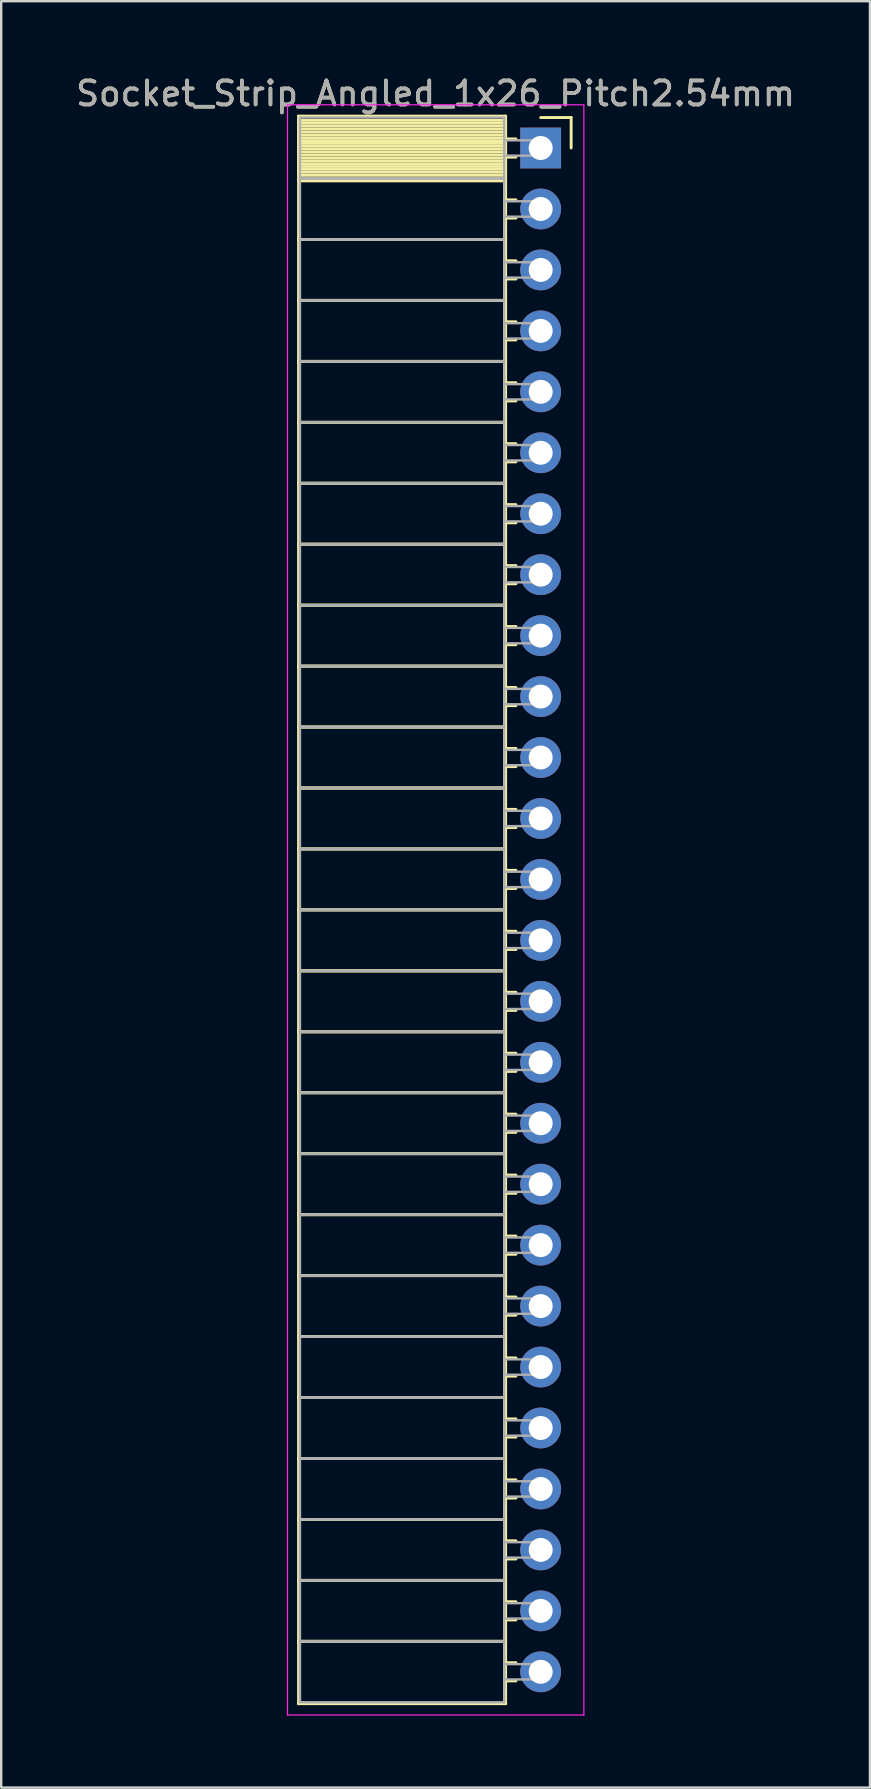
<source format=kicad_pcb>
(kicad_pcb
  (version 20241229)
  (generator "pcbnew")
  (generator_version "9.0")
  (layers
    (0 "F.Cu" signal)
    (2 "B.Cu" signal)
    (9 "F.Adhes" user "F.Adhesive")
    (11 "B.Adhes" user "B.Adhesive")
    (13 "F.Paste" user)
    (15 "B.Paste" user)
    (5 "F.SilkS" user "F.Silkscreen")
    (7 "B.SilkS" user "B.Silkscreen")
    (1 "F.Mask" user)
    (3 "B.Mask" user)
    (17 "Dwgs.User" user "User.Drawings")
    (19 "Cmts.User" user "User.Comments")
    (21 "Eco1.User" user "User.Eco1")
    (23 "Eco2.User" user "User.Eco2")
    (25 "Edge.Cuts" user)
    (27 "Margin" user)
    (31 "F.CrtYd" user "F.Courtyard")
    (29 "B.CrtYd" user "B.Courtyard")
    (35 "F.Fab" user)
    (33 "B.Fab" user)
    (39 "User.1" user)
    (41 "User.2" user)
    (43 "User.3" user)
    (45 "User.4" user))
  (footprint "Socket_Strip_Angled_1x26_Pitch2.54mm"
    (layer "F.Cu")
    (at 19.481 3.118)
    (property "Reference" "Socket_Strip_Angled_1x26_Pitch2.54mm" (at -4.38 -2.27 0) (layer "F.SilkS") (effects (font (size 1 1) (thickness 0.15))))
    (attr through_hole)
    (fp_line (start -10.09 -1.33) (end -1.46 -1.33) (stroke (width 0.12) (type solid)) (layer "F.SilkS"))
    (fp_line (start -10.09 1.27) (end -10.09 -1.33) (stroke (width 0.12) (type solid)) (layer "F.SilkS"))
    (fp_line (start -10.09 1.27) (end -1.46 1.27) (stroke (width 0.12) (type solid)) (layer "F.SilkS"))
    (fp_line (start -10.09 3.81) (end -10.09 1.27) (stroke (width 0.12) (type solid)) (layer "F.SilkS"))
    (fp_line (start -10.09 3.81) (end -1.46 3.81) (stroke (width 0.12) (type solid)) (layer "F.SilkS"))
    (fp_line (start -10.09 6.35) (end -10.09 3.81) (stroke (width 0.12) (type solid)) (layer "F.SilkS"))
    (fp_line (start -10.09 6.35) (end -1.46 6.35) (stroke (width 0.12) (type solid)) (layer "F.SilkS"))
    (fp_line (start -10.09 8.89) (end -10.09 6.35) (stroke (width 0.12) (type solid)) (layer "F.SilkS"))
    (fp_line (start -10.09 8.89) (end -1.46 8.89) (stroke (width 0.12) (type solid)) (layer "F.SilkS"))
    (fp_line (start -10.09 11.43) (end -10.09 8.89) (stroke (width 0.12) (type solid)) (layer "F.SilkS"))
    (fp_line (start -10.09 11.43) (end -1.46 11.43) (stroke (width 0.12) (type solid)) (layer "F.SilkS"))
    (fp_line (start -10.09 13.97) (end -10.09 11.43) (stroke (width 0.12) (type solid)) (layer "F.SilkS"))
    (fp_line (start -10.09 13.97) (end -1.46 13.97) (stroke (width 0.12) (type solid)) (layer "F.SilkS"))
    (fp_line (start -10.09 16.51) (end -10.09 13.97) (stroke (width 0.12) (type solid)) (layer "F.SilkS"))
    (fp_line (start -10.09 16.51) (end -1.46 16.51) (stroke (width 0.12) (type solid)) (layer "F.SilkS"))
    (fp_line (start -10.09 19.05) (end -10.09 16.51) (stroke (width 0.12) (type solid)) (layer "F.SilkS"))
    (fp_line (start -10.09 19.05) (end -1.46 19.05) (stroke (width 0.12) (type solid)) (layer "F.SilkS"))
    (fp_line (start -10.09 21.59) (end -10.09 19.05) (stroke (width 0.12) (type solid)) (layer "F.SilkS"))
    (fp_line (start -10.09 21.59) (end -1.46 21.59) (stroke (width 0.12) (type solid)) (layer "F.SilkS"))
    (fp_line (start -10.09 24.13) (end -10.09 21.59) (stroke (width 0.12) (type solid)) (layer "F.SilkS"))
    (fp_line (start -10.09 24.13) (end -1.46 24.13) (stroke (width 0.12) (type solid)) (layer "F.SilkS"))
    (fp_line (start -10.09 26.67) (end -10.09 24.13) (stroke (width 0.12) (type solid)) (layer "F.SilkS"))
    (fp_line (start -10.09 26.67) (end -1.46 26.67) (stroke (width 0.12) (type solid)) (layer "F.SilkS"))
    (fp_line (start -10.09 29.21) (end -10.09 26.67) (stroke (width 0.12) (type solid)) (layer "F.SilkS"))
    (fp_line (start -10.09 29.21) (end -1.46 29.21) (stroke (width 0.12) (type solid)) (layer "F.SilkS"))
    (fp_line (start -10.09 31.75) (end -10.09 29.21) (stroke (width 0.12) (type solid)) (layer "F.SilkS"))
    (fp_line (start -10.09 31.75) (end -1.46 31.75) (stroke (width 0.12) (type solid)) (layer "F.SilkS"))
    (fp_line (start -10.09 34.29) (end -10.09 31.75) (stroke (width 0.12) (type solid)) (layer "F.SilkS"))
    (fp_line (start -10.09 34.29) (end -1.46 34.29) (stroke (width 0.12) (type solid)) (layer "F.SilkS"))
    (fp_line (start -10.09 36.83) (end -10.09 34.29) (stroke (width 0.12) (type solid)) (layer "F.SilkS"))
    (fp_line (start -10.09 36.83) (end -1.46 36.83) (stroke (width 0.12) (type solid)) (layer "F.SilkS"))
    (fp_line (start -10.09 39.37) (end -10.09 36.83) (stroke (width 0.12) (type solid)) (layer "F.SilkS"))
    (fp_line (start -10.09 39.37) (end -1.46 39.37) (stroke (width 0.12) (type solid)) (layer "F.SilkS"))
    (fp_line (start -10.09 41.91) (end -10.09 39.37) (stroke (width 0.12) (type solid)) (layer "F.SilkS"))
    (fp_line (start -10.09 41.91) (end -1.46 41.91) (stroke (width 0.12) (type solid)) (layer "F.SilkS"))
    (fp_line (start -10.09 44.45) (end -10.09 41.91) (stroke (width 0.12) (type solid)) (layer "F.SilkS"))
    (fp_line (start -10.09 44.45) (end -1.46 44.45) (stroke (width 0.12) (type solid)) (layer "F.SilkS"))
    (fp_line (start -10.09 46.99) (end -10.09 44.45) (stroke (width 0.12) (type solid)) (layer "F.SilkS"))
    (fp_line (start -10.09 46.99) (end -1.46 46.99) (stroke (width 0.12) (type solid)) (layer "F.SilkS"))
    (fp_line (start -10.09 49.53) (end -10.09 46.99) (stroke (width 0.12) (type solid)) (layer "F.SilkS"))
    (fp_line (start -10.09 49.53) (end -1.46 49.53) (stroke (width 0.12) (type solid)) (layer "F.SilkS"))
    (fp_line (start -10.09 52.07) (end -10.09 49.53) (stroke (width 0.12) (type solid)) (layer "F.SilkS"))
    (fp_line (start -10.09 52.07) (end -1.46 52.07) (stroke (width 0.12) (type solid)) (layer "F.SilkS"))
    (fp_line (start -10.09 54.61) (end -10.09 52.07) (stroke (width 0.12) (type solid)) (layer "F.SilkS"))
    (fp_line (start -10.09 54.61) (end -1.46 54.61) (stroke (width 0.12) (type solid)) (layer "F.SilkS"))
    (fp_line (start -10.09 57.15) (end -10.09 54.61) (stroke (width 0.12) (type solid)) (layer "F.SilkS"))
    (fp_line (start -10.09 57.15) (end -1.46 57.15) (stroke (width 0.12) (type solid)) (layer "F.SilkS"))
    (fp_line (start -10.09 59.69) (end -10.09 57.15) (stroke (width 0.12) (type solid)) (layer "F.SilkS"))
    (fp_line (start -10.09 59.69) (end -1.46 59.69) (stroke (width 0.12) (type solid)) (layer "F.SilkS"))
    (fp_line (start -10.09 62.23) (end -10.09 59.69) (stroke (width 0.12) (type solid)) (layer "F.SilkS"))
    (fp_line (start -10.09 62.23) (end -1.46 62.23) (stroke (width 0.12) (type solid)) (layer "F.SilkS"))
    (fp_line (start -10.09 64.83) (end -10.09 62.23) (stroke (width 0.12) (type solid)) (layer "F.SilkS"))
    (fp_line (start -1.46 -1.33) (end -1.46 1.27) (stroke (width 0.12) (type solid)) (layer "F.SilkS"))
    (fp_line (start -1.46 -1.15) (end -10.09 -1.15) (stroke (width 0.12) (type solid)) (layer "F.SilkS"))
    (fp_line (start -1.46 -1.03) (end -10.09 -1.03) (stroke (width 0.12) (type solid)) (layer "F.SilkS"))
    (fp_line (start -1.46 -0.91) (end -10.09 -0.91) (stroke (width 0.12) (type solid)) (layer "F.SilkS"))
    (fp_line (start -1.46 -0.79) (end -10.09 -0.79) (stroke (width 0.12) (type solid)) (layer "F.SilkS"))
    (fp_line (start -1.46 -0.67) (end -10.09 -0.67) (stroke (width 0.12) (type solid)) (layer "F.SilkS"))
    (fp_line (start -1.46 -0.55) (end -10.09 -0.55) (stroke (width 0.12) (type solid)) (layer "F.SilkS"))
    (fp_line (start -1.46 -0.43) (end -10.09 -0.43) (stroke (width 0.12) (type solid)) (layer "F.SilkS"))
    (fp_line (start -1.46 -0.31) (end -10.09 -0.31) (stroke (width 0.12) (type solid)) (layer "F.SilkS"))
    (fp_line (start -1.46 -0.19) (end -10.09 -0.19) (stroke (width 0.12) (type solid)) (layer "F.SilkS"))
    (fp_line (start -1.46 -0.07) (end -10.09 -0.07) (stroke (width 0.12) (type solid)) (layer "F.SilkS"))
    (fp_line (start -1.46 0.05) (end -10.09 0.05) (stroke (width 0.12) (type solid)) (layer "F.SilkS"))
    (fp_line (start -1.46 0.17) (end -10.09 0.17) (stroke (width 0.12) (type solid)) (layer "F.SilkS"))
    (fp_line (start -1.46 0.29) (end -10.09 0.29) (stroke (width 0.12) (type solid)) (layer "F.SilkS"))
    (fp_line (start -1.46 0.41) (end -10.09 0.41) (stroke (width 0.12) (type solid)) (layer "F.SilkS"))
    (fp_line (start -1.46 0.53) (end -10.09 0.53) (stroke (width 0.12) (type solid)) (layer "F.SilkS"))
    (fp_line (start -1.46 0.65) (end -10.09 0.65) (stroke (width 0.12) (type solid)) (layer "F.SilkS"))
    (fp_line (start -1.46 0.77) (end -10.09 0.77) (stroke (width 0.12) (type solid)) (layer "F.SilkS"))
    (fp_line (start -1.46 0.89) (end -10.09 0.89) (stroke (width 0.12) (type solid)) (layer "F.SilkS"))
    (fp_line (start -1.46 1.01) (end -10.09 1.01) (stroke (width 0.12) (type solid)) (layer "F.SilkS"))
    (fp_line (start -1.46 1.13) (end -10.09 1.13) (stroke (width 0.12) (type solid)) (layer "F.SilkS"))
    (fp_line (start -1.46 1.25) (end -10.09 1.25) (stroke (width 0.12) (type solid)) (layer "F.SilkS"))
    (fp_line (start -1.46 1.27) (end -10.09 1.27) (stroke (width 0.12) (type solid)) (layer "F.SilkS"))
    (fp_line (start -1.46 1.27) (end -1.46 3.81) (stroke (width 0.12) (type solid)) (layer "F.SilkS"))
    (fp_line (start -1.46 1.37) (end -10.09 1.37) (stroke (width 0.12) (type solid)) (layer "F.SilkS"))
    (fp_line (start -1.46 3.81) (end -10.09 3.81) (stroke (width 0.12) (type solid)) (layer "F.SilkS"))
    (fp_line (start -1.46 3.81) (end -1.46 6.35) (stroke (width 0.12) (type solid)) (layer "F.SilkS"))
    (fp_line (start -1.46 6.35) (end -10.09 6.35) (stroke (width 0.12) (type solid)) (layer "F.SilkS"))
    (fp_line (start -1.46 6.35) (end -1.46 8.89) (stroke (width 0.12) (type solid)) (layer "F.SilkS"))
    (fp_line (start -1.46 8.89) (end -10.09 8.89) (stroke (width 0.12) (type solid)) (layer "F.SilkS"))
    (fp_line (start -1.46 8.89) (end -1.46 11.43) (stroke (width 0.12) (type solid)) (layer "F.SilkS"))
    (fp_line (start -1.46 11.43) (end -10.09 11.43) (stroke (width 0.12) (type solid)) (layer "F.SilkS"))
    (fp_line (start -1.46 11.43) (end -1.46 13.97) (stroke (width 0.12) (type solid)) (layer "F.SilkS"))
    (fp_line (start -1.46 13.97) (end -10.09 13.97) (stroke (width 0.12) (type solid)) (layer "F.SilkS"))
    (fp_line (start -1.46 13.97) (end -1.46 16.51) (stroke (width 0.12) (type solid)) (layer "F.SilkS"))
    (fp_line (start -1.46 16.51) (end -10.09 16.51) (stroke (width 0.12) (type solid)) (layer "F.SilkS"))
    (fp_line (start -1.46 16.51) (end -1.46 19.05) (stroke (width 0.12) (type solid)) (layer "F.SilkS"))
    (fp_line (start -1.46 19.05) (end -10.09 19.05) (stroke (width 0.12) (type solid)) (layer "F.SilkS"))
    (fp_line (start -1.46 19.05) (end -1.46 21.59) (stroke (width 0.12) (type solid)) (layer "F.SilkS"))
    (fp_line (start -1.46 21.59) (end -10.09 21.59) (stroke (width 0.12) (type solid)) (layer "F.SilkS"))
    (fp_line (start -1.46 21.59) (end -1.46 24.13) (stroke (width 0.12) (type solid)) (layer "F.SilkS"))
    (fp_line (start -1.46 24.13) (end -10.09 24.13) (stroke (width 0.12) (type solid)) (layer "F.SilkS"))
    (fp_line (start -1.46 24.13) (end -1.46 26.67) (stroke (width 0.12) (type solid)) (layer "F.SilkS"))
    (fp_line (start -1.46 26.67) (end -10.09 26.67) (stroke (width 0.12) (type solid)) (layer "F.SilkS"))
    (fp_line (start -1.46 26.67) (end -1.46 29.21) (stroke (width 0.12) (type solid)) (layer "F.SilkS"))
    (fp_line (start -1.46 29.21) (end -10.09 29.21) (stroke (width 0.12) (type solid)) (layer "F.SilkS"))
    (fp_line (start -1.46 29.21) (end -1.46 31.75) (stroke (width 0.12) (type solid)) (layer "F.SilkS"))
    (fp_line (start -1.46 31.75) (end -10.09 31.75) (stroke (width 0.12) (type solid)) (layer "F.SilkS"))
    (fp_line (start -1.46 31.75) (end -1.46 34.29) (stroke (width 0.12) (type solid)) (layer "F.SilkS"))
    (fp_line (start -1.46 34.29) (end -10.09 34.29) (stroke (width 0.12) (type solid)) (layer "F.SilkS"))
    (fp_line (start -1.46 34.29) (end -1.46 36.83) (stroke (width 0.12) (type solid)) (layer "F.SilkS"))
    (fp_line (start -1.46 36.83) (end -10.09 36.83) (stroke (width 0.12) (type solid)) (layer "F.SilkS"))
    (fp_line (start -1.46 36.83) (end -1.46 39.37) (stroke (width 0.12) (type solid)) (layer "F.SilkS"))
    (fp_line (start -1.46 39.37) (end -10.09 39.37) (stroke (width 0.12) (type solid)) (layer "F.SilkS"))
    (fp_line (start -1.46 39.37) (end -1.46 41.91) (stroke (width 0.12) (type solid)) (layer "F.SilkS"))
    (fp_line (start -1.46 41.91) (end -10.09 41.91) (stroke (width 0.12) (type solid)) (layer "F.SilkS"))
    (fp_line (start -1.46 41.91) (end -1.46 44.45) (stroke (width 0.12) (type solid)) (layer "F.SilkS"))
    (fp_line (start -1.46 44.45) (end -10.09 44.45) (stroke (width 0.12) (type solid)) (layer "F.SilkS"))
    (fp_line (start -1.46 44.45) (end -1.46 46.99) (stroke (width 0.12) (type solid)) (layer "F.SilkS"))
    (fp_line (start -1.46 46.99) (end -10.09 46.99) (stroke (width 0.12) (type solid)) (layer "F.SilkS"))
    (fp_line (start -1.46 46.99) (end -1.46 49.53) (stroke (width 0.12) (type solid)) (layer "F.SilkS"))
    (fp_line (start -1.46 49.53) (end -10.09 49.53) (stroke (width 0.12) (type solid)) (layer "F.SilkS"))
    (fp_line (start -1.46 49.53) (end -1.46 52.07) (stroke (width 0.12) (type solid)) (layer "F.SilkS"))
    (fp_line (start -1.46 52.07) (end -10.09 52.07) (stroke (width 0.12) (type solid)) (layer "F.SilkS"))
    (fp_line (start -1.46 52.07) (end -1.46 54.61) (stroke (width 0.12) (type solid)) (layer "F.SilkS"))
    (fp_line (start -1.46 54.61) (end -10.09 54.61) (stroke (width 0.12) (type solid)) (layer "F.SilkS"))
    (fp_line (start -1.46 54.61) (end -1.46 57.15) (stroke (width 0.12) (type solid)) (layer "F.SilkS"))
    (fp_line (start -1.46 57.15) (end -10.09 57.15) (stroke (width 0.12) (type solid)) (layer "F.SilkS"))
    (fp_line (start -1.46 57.15) (end -1.46 59.69) (stroke (width 0.12) (type solid)) (layer "F.SilkS"))
    (fp_line (start -1.46 59.69) (end -10.09 59.69) (stroke (width 0.12) (type solid)) (layer "F.SilkS"))
    (fp_line (start -1.46 59.69) (end -1.46 62.23) (stroke (width 0.12) (type solid)) (layer "F.SilkS"))
    (fp_line (start -1.46 62.23) (end -10.09 62.23) (stroke (width 0.12) (type solid)) (layer "F.SilkS"))
    (fp_line (start -1.46 62.23) (end -1.46 64.83) (stroke (width 0.12) (type solid)) (layer "F.SilkS"))
    (fp_line (start -1.46 64.83) (end -10.09 64.83) (stroke (width 0.12) (type solid)) (layer "F.SilkS"))
    (fp_line (start -1.03 -0.38) (end -1.46 -0.38) (stroke (width 0.12) (type solid)) (layer "F.SilkS"))
    (fp_line (start -1.03 0.38) (end -1.46 0.38) (stroke (width 0.12) (type solid)) (layer "F.SilkS"))
    (fp_line (start -1.03 2.16) (end -1.46 2.16) (stroke (width 0.12) (type solid)) (layer "F.SilkS"))
    (fp_line (start -1.03 2.92) (end -1.46 2.92) (stroke (width 0.12) (type solid)) (layer "F.SilkS"))
    (fp_line (start -1.03 4.7) (end -1.46 4.7) (stroke (width 0.12) (type solid)) (layer "F.SilkS"))
    (fp_line (start -1.03 5.46) (end -1.46 5.46) (stroke (width 0.12) (type solid)) (layer "F.SilkS"))
    (fp_line (start -1.03 7.24) (end -1.46 7.24) (stroke (width 0.12) (type solid)) (layer "F.SilkS"))
    (fp_line (start -1.03 8) (end -1.46 8) (stroke (width 0.12) (type solid)) (layer "F.SilkS"))
    (fp_line (start -1.03 9.78) (end -1.46 9.78) (stroke (width 0.12) (type solid)) (layer "F.SilkS"))
    (fp_line (start -1.03 10.54) (end -1.46 10.54) (stroke (width 0.12) (type solid)) (layer "F.SilkS"))
    (fp_line (start -1.03 12.32) (end -1.46 12.32) (stroke (width 0.12) (type solid)) (layer "F.SilkS"))
    (fp_line (start -1.03 13.08) (end -1.46 13.08) (stroke (width 0.12) (type solid)) (layer "F.SilkS"))
    (fp_line (start -1.03 14.86) (end -1.46 14.86) (stroke (width 0.12) (type solid)) (layer "F.SilkS"))
    (fp_line (start -1.03 15.62) (end -1.46 15.62) (stroke (width 0.12) (type solid)) (layer "F.SilkS"))
    (fp_line (start -1.03 17.4) (end -1.46 17.4) (stroke (width 0.12) (type solid)) (layer "F.SilkS"))
    (fp_line (start -1.03 18.16) (end -1.46 18.16) (stroke (width 0.12) (type solid)) (layer "F.SilkS"))
    (fp_line (start -1.03 19.94) (end -1.46 19.94) (stroke (width 0.12) (type solid)) (layer "F.SilkS"))
    (fp_line (start -1.03 20.7) (end -1.46 20.7) (stroke (width 0.12) (type solid)) (layer "F.SilkS"))
    (fp_line (start -1.03 22.48) (end -1.46 22.48) (stroke (width 0.12) (type solid)) (layer "F.SilkS"))
    (fp_line (start -1.03 23.24) (end -1.46 23.24) (stroke (width 0.12) (type solid)) (layer "F.SilkS"))
    (fp_line (start -1.03 25.02) (end -1.46 25.02) (stroke (width 0.12) (type solid)) (layer "F.SilkS"))
    (fp_line (start -1.03 25.78) (end -1.46 25.78) (stroke (width 0.12) (type solid)) (layer "F.SilkS"))
    (fp_line (start -1.03 27.56) (end -1.46 27.56) (stroke (width 0.12) (type solid)) (layer "F.SilkS"))
    (fp_line (start -1.03 28.32) (end -1.46 28.32) (stroke (width 0.12) (type solid)) (layer "F.SilkS"))
    (fp_line (start -1.03 30.1) (end -1.46 30.1) (stroke (width 0.12) (type solid)) (layer "F.SilkS"))
    (fp_line (start -1.03 30.86) (end -1.46 30.86) (stroke (width 0.12) (type solid)) (layer "F.SilkS"))
    (fp_line (start -1.03 32.64) (end -1.46 32.64) (stroke (width 0.12) (type solid)) (layer "F.SilkS"))
    (fp_line (start -1.03 33.4) (end -1.46 33.4) (stroke (width 0.12) (type solid)) (layer "F.SilkS"))
    (fp_line (start -1.03 35.18) (end -1.46 35.18) (stroke (width 0.12) (type solid)) (layer "F.SilkS"))
    (fp_line (start -1.03 35.94) (end -1.46 35.94) (stroke (width 0.12) (type solid)) (layer "F.SilkS"))
    (fp_line (start -1.03 37.72) (end -1.46 37.72) (stroke (width 0.12) (type solid)) (layer "F.SilkS"))
    (fp_line (start -1.03 38.48) (end -1.46 38.48) (stroke (width 0.12) (type solid)) (layer "F.SilkS"))
    (fp_line (start -1.03 40.26) (end -1.46 40.26) (stroke (width 0.12) (type solid)) (layer "F.SilkS"))
    (fp_line (start -1.03 41.02) (end -1.46 41.02) (stroke (width 0.12) (type solid)) (layer "F.SilkS"))
    (fp_line (start -1.03 42.8) (end -1.46 42.8) (stroke (width 0.12) (type solid)) (layer "F.SilkS"))
    (fp_line (start -1.03 43.56) (end -1.46 43.56) (stroke (width 0.12) (type solid)) (layer "F.SilkS"))
    (fp_line (start -1.03 45.34) (end -1.46 45.34) (stroke (width 0.12) (type solid)) (layer "F.SilkS"))
    (fp_line (start -1.03 46.1) (end -1.46 46.1) (stroke (width 0.12) (type solid)) (layer "F.SilkS"))
    (fp_line (start -1.03 47.88) (end -1.46 47.88) (stroke (width 0.12) (type solid)) (layer "F.SilkS"))
    (fp_line (start -1.03 48.64) (end -1.46 48.64) (stroke (width 0.12) (type solid)) (layer "F.SilkS"))
    (fp_line (start -1.03 50.42) (end -1.46 50.42) (stroke (width 0.12) (type solid)) (layer "F.SilkS"))
    (fp_line (start -1.03 51.18) (end -1.46 51.18) (stroke (width 0.12) (type solid)) (layer "F.SilkS"))
    (fp_line (start -1.03 52.96) (end -1.46 52.96) (stroke (width 0.12) (type solid)) (layer "F.SilkS"))
    (fp_line (start -1.03 53.72) (end -1.46 53.72) (stroke (width 0.12) (type solid)) (layer "F.SilkS"))
    (fp_line (start -1.03 55.5) (end -1.46 55.5) (stroke (width 0.12) (type solid)) (layer "F.SilkS"))
    (fp_line (start -1.03 56.26) (end -1.46 56.26) (stroke (width 0.12) (type solid)) (layer "F.SilkS"))
    (fp_line (start -1.03 58.04) (end -1.46 58.04) (stroke (width 0.12) (type solid)) (layer "F.SilkS"))
    (fp_line (start -1.03 58.8) (end -1.46 58.8) (stroke (width 0.12) (type solid)) (layer "F.SilkS"))
    (fp_line (start -1.03 60.58) (end -1.46 60.58) (stroke (width 0.12) (type solid)) (layer "F.SilkS"))
    (fp_line (start -1.03 61.34) (end -1.46 61.34) (stroke (width 0.12) (type solid)) (layer "F.SilkS"))
    (fp_line (start -1.03 63.12) (end -1.46 63.12) (stroke (width 0.12) (type solid)) (layer "F.SilkS"))
    (fp_line (start -1.03 63.88) (end -1.46 63.88) (stroke (width 0.12) (type solid)) (layer "F.SilkS"))
    (fp_line (start 0 -1.27) (end 1.27 -1.27) (stroke (width 0.12) (type solid)) (layer "F.SilkS"))
    (fp_line (start 1.27 -1.27) (end 1.27 0) (stroke (width 0.12) (type solid)) (layer "F.SilkS"))
    (fp_line (start -10.55 -1.8) (end 1.8 -1.8) (stroke (width 0.05) (type solid)) (layer "F.CrtYd"))
    (fp_line (start -10.55 65.3) (end -10.55 -1.8) (stroke (width 0.05) (type solid)) (layer "F.CrtYd"))
    (fp_line (start 1.8 -1.8) (end 1.8 65.3) (stroke (width 0.05) (type solid)) (layer "F.CrtYd"))
    (fp_line (start 1.8 65.3) (end -10.55 65.3) (stroke (width 0.05) (type solid)) (layer "F.CrtYd"))
    (fp_line (start -10.03 -1.27) (end -1.52 -1.27) (stroke (width 0.1) (type solid)) (layer "F.Fab"))
    (fp_line (start -10.03 1.27) (end -10.03 -1.27) (stroke (width 0.1) (type solid)) (layer "F.Fab"))
    (fp_line (start -10.03 1.27) (end -1.52 1.27) (stroke (width 0.1) (type solid)) (layer "F.Fab"))
    (fp_line (start -10.03 3.81) (end -10.03 1.27) (stroke (width 0.1) (type solid)) (layer "F.Fab"))
    (fp_line (start -10.03 3.81) (end -1.52 3.81) (stroke (width 0.1) (type solid)) (layer "F.Fab"))
    (fp_line (start -10.03 6.35) (end -10.03 3.81) (stroke (width 0.1) (type solid)) (layer "F.Fab"))
    (fp_line (start -10.03 6.35) (end -1.52 6.35) (stroke (width 0.1) (type solid)) (layer "F.Fab"))
    (fp_line (start -10.03 8.89) (end -10.03 6.35) (stroke (width 0.1) (type solid)) (layer "F.Fab"))
    (fp_line (start -10.03 8.89) (end -1.52 8.89) (stroke (width 0.1) (type solid)) (layer "F.Fab"))
    (fp_line (start -10.03 11.43) (end -10.03 8.89) (stroke (width 0.1) (type solid)) (layer "F.Fab"))
    (fp_line (start -10.03 11.43) (end -1.52 11.43) (stroke (width 0.1) (type solid)) (layer "F.Fab"))
    (fp_line (start -10.03 13.97) (end -10.03 11.43) (stroke (width 0.1) (type solid)) (layer "F.Fab"))
    (fp_line (start -10.03 13.97) (end -1.52 13.97) (stroke (width 0.1) (type solid)) (layer "F.Fab"))
    (fp_line (start -10.03 16.51) (end -10.03 13.97) (stroke (width 0.1) (type solid)) (layer "F.Fab"))
    (fp_line (start -10.03 16.51) (end -1.52 16.51) (stroke (width 0.1) (type solid)) (layer "F.Fab"))
    (fp_line (start -10.03 19.05) (end -10.03 16.51) (stroke (width 0.1) (type solid)) (layer "F.Fab"))
    (fp_line (start -10.03 19.05) (end -1.52 19.05) (stroke (width 0.1) (type solid)) (layer "F.Fab"))
    (fp_line (start -10.03 21.59) (end -10.03 19.05) (stroke (width 0.1) (type solid)) (layer "F.Fab"))
    (fp_line (start -10.03 21.59) (end -1.52 21.59) (stroke (width 0.1) (type solid)) (layer "F.Fab"))
    (fp_line (start -10.03 24.13) (end -10.03 21.59) (stroke (width 0.1) (type solid)) (layer "F.Fab"))
    (fp_line (start -10.03 24.13) (end -1.52 24.13) (stroke (width 0.1) (type solid)) (layer "F.Fab"))
    (fp_line (start -10.03 26.67) (end -10.03 24.13) (stroke (width 0.1) (type solid)) (layer "F.Fab"))
    (fp_line (start -10.03 26.67) (end -1.52 26.67) (stroke (width 0.1) (type solid)) (layer "F.Fab"))
    (fp_line (start -10.03 29.21) (end -10.03 26.67) (stroke (width 0.1) (type solid)) (layer "F.Fab"))
    (fp_line (start -10.03 29.21) (end -1.52 29.21) (stroke (width 0.1) (type solid)) (layer "F.Fab"))
    (fp_line (start -10.03 31.75) (end -10.03 29.21) (stroke (width 0.1) (type solid)) (layer "F.Fab"))
    (fp_line (start -10.03 31.75) (end -1.52 31.75) (stroke (width 0.1) (type solid)) (layer "F.Fab"))
    (fp_line (start -10.03 34.29) (end -10.03 31.75) (stroke (width 0.1) (type solid)) (layer "F.Fab"))
    (fp_line (start -10.03 34.29) (end -1.52 34.29) (stroke (width 0.1) (type solid)) (layer "F.Fab"))
    (fp_line (start -10.03 36.83) (end -10.03 34.29) (stroke (width 0.1) (type solid)) (layer "F.Fab"))
    (fp_line (start -10.03 36.83) (end -1.52 36.83) (stroke (width 0.1) (type solid)) (layer "F.Fab"))
    (fp_line (start -10.03 39.37) (end -10.03 36.83) (stroke (width 0.1) (type solid)) (layer "F.Fab"))
    (fp_line (start -10.03 39.37) (end -1.52 39.37) (stroke (width 0.1) (type solid)) (layer "F.Fab"))
    (fp_line (start -10.03 41.91) (end -10.03 39.37) (stroke (width 0.1) (type solid)) (layer "F.Fab"))
    (fp_line (start -10.03 41.91) (end -1.52 41.91) (stroke (width 0.1) (type solid)) (layer "F.Fab"))
    (fp_line (start -10.03 44.45) (end -10.03 41.91) (stroke (width 0.1) (type solid)) (layer "F.Fab"))
    (fp_line (start -10.03 44.45) (end -1.52 44.45) (stroke (width 0.1) (type solid)) (layer "F.Fab"))
    (fp_line (start -10.03 46.99) (end -10.03 44.45) (stroke (width 0.1) (type solid)) (layer "F.Fab"))
    (fp_line (start -10.03 46.99) (end -1.52 46.99) (stroke (width 0.1) (type solid)) (layer "F.Fab"))
    (fp_line (start -10.03 49.53) (end -10.03 46.99) (stroke (width 0.1) (type solid)) (layer "F.Fab"))
    (fp_line (start -10.03 49.53) (end -1.52 49.53) (stroke (width 0.1) (type solid)) (layer "F.Fab"))
    (fp_line (start -10.03 52.07) (end -10.03 49.53) (stroke (width 0.1) (type solid)) (layer "F.Fab"))
    (fp_line (start -10.03 52.07) (end -1.52 52.07) (stroke (width 0.1) (type solid)) (layer "F.Fab"))
    (fp_line (start -10.03 54.61) (end -10.03 52.07) (stroke (width 0.1) (type solid)) (layer "F.Fab"))
    (fp_line (start -10.03 54.61) (end -1.52 54.61) (stroke (width 0.1) (type solid)) (layer "F.Fab"))
    (fp_line (start -10.03 57.15) (end -10.03 54.61) (stroke (width 0.1) (type solid)) (layer "F.Fab"))
    (fp_line (start -10.03 57.15) (end -1.52 57.15) (stroke (width 0.1) (type solid)) (layer "F.Fab"))
    (fp_line (start -10.03 59.69) (end -10.03 57.15) (stroke (width 0.1) (type solid)) (layer "F.Fab"))
    (fp_line (start -10.03 59.69) (end -1.52 59.69) (stroke (width 0.1) (type solid)) (layer "F.Fab"))
    (fp_line (start -10.03 62.23) (end -10.03 59.69) (stroke (width 0.1) (type solid)) (layer "F.Fab"))
    (fp_line (start -10.03 62.23) (end -1.52 62.23) (stroke (width 0.1) (type solid)) (layer "F.Fab"))
    (fp_line (start -10.03 64.77) (end -10.03 62.23) (stroke (width 0.1) (type solid)) (layer "F.Fab"))
    (fp_line (start -1.52 -1.27) (end -1.52 1.27) (stroke (width 0.1) (type solid)) (layer "F.Fab"))
    (fp_line (start -1.52 -0.32) (end 0 -0.32) (stroke (width 0.1) (type solid)) (layer "F.Fab"))
    (fp_line (start -1.52 0.32) (end -1.52 -0.32) (stroke (width 0.1) (type solid)) (layer "F.Fab"))
    (fp_line (start -1.52 1.27) (end -10.03 1.27) (stroke (width 0.1) (type solid)) (layer "F.Fab"))
    (fp_line (start -1.52 1.27) (end -1.52 3.81) (stroke (width 0.1) (type solid)) (layer "F.Fab"))
    (fp_line (start -1.52 2.22) (end 0 2.22) (stroke (width 0.1) (type solid)) (layer "F.Fab"))
    (fp_line (start -1.52 2.86) (end -1.52 2.22) (stroke (width 0.1) (type solid)) (layer "F.Fab"))
    (fp_line (start -1.52 3.81) (end -10.03 3.81) (stroke (width 0.1) (type solid)) (layer "F.Fab"))
    (fp_line (start -1.52 3.81) (end -1.52 6.35) (stroke (width 0.1) (type solid)) (layer "F.Fab"))
    (fp_line (start -1.52 4.76) (end 0 4.76) (stroke (width 0.1) (type solid)) (layer "F.Fab"))
    (fp_line (start -1.52 5.4) (end -1.52 4.76) (stroke (width 0.1) (type solid)) (layer "F.Fab"))
    (fp_line (start -1.52 6.35) (end -10.03 6.35) (stroke (width 0.1) (type solid)) (layer "F.Fab"))
    (fp_line (start -1.52 6.35) (end -1.52 8.89) (stroke (width 0.1) (type solid)) (layer "F.Fab"))
    (fp_line (start -1.52 7.3) (end 0 7.3) (stroke (width 0.1) (type solid)) (layer "F.Fab"))
    (fp_line (start -1.52 7.94) (end -1.52 7.3) (stroke (width 0.1) (type solid)) (layer "F.Fab"))
    (fp_line (start -1.52 8.89) (end -10.03 8.89) (stroke (width 0.1) (type solid)) (layer "F.Fab"))
    (fp_line (start -1.52 8.89) (end -1.52 11.43) (stroke (width 0.1) (type solid)) (layer "F.Fab"))
    (fp_line (start -1.52 9.84) (end 0 9.84) (stroke (width 0.1) (type solid)) (layer "F.Fab"))
    (fp_line (start -1.52 10.48) (end -1.52 9.84) (stroke (width 0.1) (type solid)) (layer "F.Fab"))
    (fp_line (start -1.52 11.43) (end -10.03 11.43) (stroke (width 0.1) (type solid)) (layer "F.Fab"))
    (fp_line (start -1.52 11.43) (end -1.52 13.97) (stroke (width 0.1) (type solid)) (layer "F.Fab"))
    (fp_line (start -1.52 12.38) (end 0 12.38) (stroke (width 0.1) (type solid)) (layer "F.Fab"))
    (fp_line (start -1.52 13.02) (end -1.52 12.38) (stroke (width 0.1) (type solid)) (layer "F.Fab"))
    (fp_line (start -1.52 13.97) (end -10.03 13.97) (stroke (width 0.1) (type solid)) (layer "F.Fab"))
    (fp_line (start -1.52 13.97) (end -1.52 16.51) (stroke (width 0.1) (type solid)) (layer "F.Fab"))
    (fp_line (start -1.52 14.92) (end 0 14.92) (stroke (width 0.1) (type solid)) (layer "F.Fab"))
    (fp_line (start -1.52 15.56) (end -1.52 14.92) (stroke (width 0.1) (type solid)) (layer "F.Fab"))
    (fp_line (start -1.52 16.51) (end -10.03 16.51) (stroke (width 0.1) (type solid)) (layer "F.Fab"))
    (fp_line (start -1.52 16.51) (end -1.52 19.05) (stroke (width 0.1) (type solid)) (layer "F.Fab"))
    (fp_line (start -1.52 17.46) (end 0 17.46) (stroke (width 0.1) (type solid)) (layer "F.Fab"))
    (fp_line (start -1.52 18.1) (end -1.52 17.46) (stroke (width 0.1) (type solid)) (layer "F.Fab"))
    (fp_line (start -1.52 19.05) (end -10.03 19.05) (stroke (width 0.1) (type solid)) (layer "F.Fab"))
    (fp_line (start -1.52 19.05) (end -1.52 21.59) (stroke (width 0.1) (type solid)) (layer "F.Fab"))
    (fp_line (start -1.52 20) (end 0 20) (stroke (width 0.1) (type solid)) (layer "F.Fab"))
    (fp_line (start -1.52 20.64) (end -1.52 20) (stroke (width 0.1) (type solid)) (layer "F.Fab"))
    (fp_line (start -1.52 21.59) (end -10.03 21.59) (stroke (width 0.1) (type solid)) (layer "F.Fab"))
    (fp_line (start -1.52 21.59) (end -1.52 24.13) (stroke (width 0.1) (type solid)) (layer "F.Fab"))
    (fp_line (start -1.52 22.54) (end 0 22.54) (stroke (width 0.1) (type solid)) (layer "F.Fab"))
    (fp_line (start -1.52 23.18) (end -1.52 22.54) (stroke (width 0.1) (type solid)) (layer "F.Fab"))
    (fp_line (start -1.52 24.13) (end -10.03 24.13) (stroke (width 0.1) (type solid)) (layer "F.Fab"))
    (fp_line (start -1.52 24.13) (end -1.52 26.67) (stroke (width 0.1) (type solid)) (layer "F.Fab"))
    (fp_line (start -1.52 25.08) (end 0 25.08) (stroke (width 0.1) (type solid)) (layer "F.Fab"))
    (fp_line (start -1.52 25.72) (end -1.52 25.08) (stroke (width 0.1) (type solid)) (layer "F.Fab"))
    (fp_line (start -1.52 26.67) (end -10.03 26.67) (stroke (width 0.1) (type solid)) (layer "F.Fab"))
    (fp_line (start -1.52 26.67) (end -1.52 29.21) (stroke (width 0.1) (type solid)) (layer "F.Fab"))
    (fp_line (start -1.52 27.62) (end 0 27.62) (stroke (width 0.1) (type solid)) (layer "F.Fab"))
    (fp_line (start -1.52 28.26) (end -1.52 27.62) (stroke (width 0.1) (type solid)) (layer "F.Fab"))
    (fp_line (start -1.52 29.21) (end -10.03 29.21) (stroke (width 0.1) (type solid)) (layer "F.Fab"))
    (fp_line (start -1.52 29.21) (end -1.52 31.75) (stroke (width 0.1) (type solid)) (layer "F.Fab"))
    (fp_line (start -1.52 30.16) (end 0 30.16) (stroke (width 0.1) (type solid)) (layer "F.Fab"))
    (fp_line (start -1.52 30.8) (end -1.52 30.16) (stroke (width 0.1) (type solid)) (layer "F.Fab"))
    (fp_line (start -1.52 31.75) (end -10.03 31.75) (stroke (width 0.1) (type solid)) (layer "F.Fab"))
    (fp_line (start -1.52 31.75) (end -1.52 34.29) (stroke (width 0.1) (type solid)) (layer "F.Fab"))
    (fp_line (start -1.52 32.7) (end 0 32.7) (stroke (width 0.1) (type solid)) (layer "F.Fab"))
    (fp_line (start -1.52 33.34) (end -1.52 32.7) (stroke (width 0.1) (type solid)) (layer "F.Fab"))
    (fp_line (start -1.52 34.29) (end -10.03 34.29) (stroke (width 0.1) (type solid)) (layer "F.Fab"))
    (fp_line (start -1.52 34.29) (end -1.52 36.83) (stroke (width 0.1) (type solid)) (layer "F.Fab"))
    (fp_line (start -1.52 35.24) (end 0 35.24) (stroke (width 0.1) (type solid)) (layer "F.Fab"))
    (fp_line (start -1.52 35.88) (end -1.52 35.24) (stroke (width 0.1) (type solid)) (layer "F.Fab"))
    (fp_line (start -1.52 36.83) (end -10.03 36.83) (stroke (width 0.1) (type solid)) (layer "F.Fab"))
    (fp_line (start -1.52 36.83) (end -1.52 39.37) (stroke (width 0.1) (type solid)) (layer "F.Fab"))
    (fp_line (start -1.52 37.78) (end 0 37.78) (stroke (width 0.1) (type solid)) (layer "F.Fab"))
    (fp_line (start -1.52 38.42) (end -1.52 37.78) (stroke (width 0.1) (type solid)) (layer "F.Fab"))
    (fp_line (start -1.52 39.37) (end -10.03 39.37) (stroke (width 0.1) (type solid)) (layer "F.Fab"))
    (fp_line (start -1.52 39.37) (end -1.52 41.91) (stroke (width 0.1) (type solid)) (layer "F.Fab"))
    (fp_line (start -1.52 40.32) (end 0 40.32) (stroke (width 0.1) (type solid)) (layer "F.Fab"))
    (fp_line (start -1.52 40.96) (end -1.52 40.32) (stroke (width 0.1) (type solid)) (layer "F.Fab"))
    (fp_line (start -1.52 41.91) (end -10.03 41.91) (stroke (width 0.1) (type solid)) (layer "F.Fab"))
    (fp_line (start -1.52 41.91) (end -1.52 44.45) (stroke (width 0.1) (type solid)) (layer "F.Fab"))
    (fp_line (start -1.52 42.86) (end 0 42.86) (stroke (width 0.1) (type solid)) (layer "F.Fab"))
    (fp_line (start -1.52 43.5) (end -1.52 42.86) (stroke (width 0.1) (type solid)) (layer "F.Fab"))
    (fp_line (start -1.52 44.45) (end -10.03 44.45) (stroke (width 0.1) (type solid)) (layer "F.Fab"))
    (fp_line (start -1.52 44.45) (end -1.52 46.99) (stroke (width 0.1) (type solid)) (layer "F.Fab"))
    (fp_line (start -1.52 45.4) (end 0 45.4) (stroke (width 0.1) (type solid)) (layer "F.Fab"))
    (fp_line (start -1.52 46.04) (end -1.52 45.4) (stroke (width 0.1) (type solid)) (layer "F.Fab"))
    (fp_line (start -1.52 46.99) (end -10.03 46.99) (stroke (width 0.1) (type solid)) (layer "F.Fab"))
    (fp_line (start -1.52 46.99) (end -1.52 49.53) (stroke (width 0.1) (type solid)) (layer "F.Fab"))
    (fp_line (start -1.52 47.94) (end 0 47.94) (stroke (width 0.1) (type solid)) (layer "F.Fab"))
    (fp_line (start -1.52 48.58) (end -1.52 47.94) (stroke (width 0.1) (type solid)) (layer "F.Fab"))
    (fp_line (start -1.52 49.53) (end -10.03 49.53) (stroke (width 0.1) (type solid)) (layer "F.Fab"))
    (fp_line (start -1.52 49.53) (end -1.52 52.07) (stroke (width 0.1) (type solid)) (layer "F.Fab"))
    (fp_line (start -1.52 50.48) (end 0 50.48) (stroke (width 0.1) (type solid)) (layer "F.Fab"))
    (fp_line (start -1.52 51.12) (end -1.52 50.48) (stroke (width 0.1) (type solid)) (layer "F.Fab"))
    (fp_line (start -1.52 52.07) (end -10.03 52.07) (stroke (width 0.1) (type solid)) (layer "F.Fab"))
    (fp_line (start -1.52 52.07) (end -1.52 54.61) (stroke (width 0.1) (type solid)) (layer "F.Fab"))
    (fp_line (start -1.52 53.02) (end 0 53.02) (stroke (width 0.1) (type solid)) (layer "F.Fab"))
    (fp_line (start -1.52 53.66) (end -1.52 53.02) (stroke (width 0.1) (type solid)) (layer "F.Fab"))
    (fp_line (start -1.52 54.61) (end -10.03 54.61) (stroke (width 0.1) (type solid)) (layer "F.Fab"))
    (fp_line (start -1.52 54.61) (end -1.52 57.15) (stroke (width 0.1) (type solid)) (layer "F.Fab"))
    (fp_line (start -1.52 55.56) (end 0 55.56) (stroke (width 0.1) (type solid)) (layer "F.Fab"))
    (fp_line (start -1.52 56.2) (end -1.52 55.56) (stroke (width 0.1) (type solid)) (layer "F.Fab"))
    (fp_line (start -1.52 57.15) (end -10.03 57.15) (stroke (width 0.1) (type solid)) (layer "F.Fab"))
    (fp_line (start -1.52 57.15) (end -1.52 59.69) (stroke (width 0.1) (type solid)) (layer "F.Fab"))
    (fp_line (start -1.52 58.1) (end 0 58.1) (stroke (width 0.1) (type solid)) (layer "F.Fab"))
    (fp_line (start -1.52 58.74) (end -1.52 58.1) (stroke (width 0.1) (type solid)) (layer "F.Fab"))
    (fp_line (start -1.52 59.69) (end -10.03 59.69) (stroke (width 0.1) (type solid)) (layer "F.Fab"))
    (fp_line (start -1.52 59.69) (end -1.52 62.23) (stroke (width 0.1) (type solid)) (layer "F.Fab"))
    (fp_line (start -1.52 60.64) (end 0 60.64) (stroke (width 0.1) (type solid)) (layer "F.Fab"))
    (fp_line (start -1.52 61.28) (end -1.52 60.64) (stroke (width 0.1) (type solid)) (layer "F.Fab"))
    (fp_line (start -1.52 62.23) (end -10.03 62.23) (stroke (width 0.1) (type solid)) (layer "F.Fab"))
    (fp_line (start -1.52 62.23) (end -1.52 64.77) (stroke (width 0.1) (type solid)) (layer "F.Fab"))
    (fp_line (start -1.52 63.18) (end 0 63.18) (stroke (width 0.1) (type solid)) (layer "F.Fab"))
    (fp_line (start -1.52 63.82) (end -1.52 63.18) (stroke (width 0.1) (type solid)) (layer "F.Fab"))
    (fp_line (start -1.52 64.77) (end -10.03 64.77) (stroke (width 0.1) (type solid)) (layer "F.Fab"))
    (fp_line (start 0 -0.32) (end 0 0.32) (stroke (width 0.1) (type solid)) (layer "F.Fab"))
    (fp_line (start 0 0.32) (end -1.52 0.32) (stroke (width 0.1) (type solid)) (layer "F.Fab"))
    (fp_line (start 0 2.22) (end 0 2.86) (stroke (width 0.1) (type solid)) (layer "F.Fab"))
    (fp_line (start 0 2.86) (end -1.52 2.86) (stroke (width 0.1) (type solid)) (layer "F.Fab"))
    (fp_line (start 0 4.76) (end 0 5.4) (stroke (width 0.1) (type solid)) (layer "F.Fab"))
    (fp_line (start 0 5.4) (end -1.52 5.4) (stroke (width 0.1) (type solid)) (layer "F.Fab"))
    (fp_line (start 0 7.3) (end 0 7.94) (stroke (width 0.1) (type solid)) (layer "F.Fab"))
    (fp_line (start 0 7.94) (end -1.52 7.94) (stroke (width 0.1) (type solid)) (layer "F.Fab"))
    (fp_line (start 0 9.84) (end 0 10.48) (stroke (width 0.1) (type solid)) (layer "F.Fab"))
    (fp_line (start 0 10.48) (end -1.52 10.48) (stroke (width 0.1) (type solid)) (layer "F.Fab"))
    (fp_line (start 0 12.38) (end 0 13.02) (stroke (width 0.1) (type solid)) (layer "F.Fab"))
    (fp_line (start 0 13.02) (end -1.52 13.02) (stroke (width 0.1) (type solid)) (layer "F.Fab"))
    (fp_line (start 0 14.92) (end 0 15.56) (stroke (width 0.1) (type solid)) (layer "F.Fab"))
    (fp_line (start 0 15.56) (end -1.52 15.56) (stroke (width 0.1) (type solid)) (layer "F.Fab"))
    (fp_line (start 0 17.46) (end 0 18.1) (stroke (width 0.1) (type solid)) (layer "F.Fab"))
    (fp_line (start 0 18.1) (end -1.52 18.1) (stroke (width 0.1) (type solid)) (layer "F.Fab"))
    (fp_line (start 0 20) (end 0 20.64) (stroke (width 0.1) (type solid)) (layer "F.Fab"))
    (fp_line (start 0 20.64) (end -1.52 20.64) (stroke (width 0.1) (type solid)) (layer "F.Fab"))
    (fp_line (start 0 22.54) (end 0 23.18) (stroke (width 0.1) (type solid)) (layer "F.Fab"))
    (fp_line (start 0 23.18) (end -1.52 23.18) (stroke (width 0.1) (type solid)) (layer "F.Fab"))
    (fp_line (start 0 25.08) (end 0 25.72) (stroke (width 0.1) (type solid)) (layer "F.Fab"))
    (fp_line (start 0 25.72) (end -1.52 25.72) (stroke (width 0.1) (type solid)) (layer "F.Fab"))
    (fp_line (start 0 27.62) (end 0 28.26) (stroke (width 0.1) (type solid)) (layer "F.Fab"))
    (fp_line (start 0 28.26) (end -1.52 28.26) (stroke (width 0.1) (type solid)) (layer "F.Fab"))
    (fp_line (start 0 30.16) (end 0 30.8) (stroke (width 0.1) (type solid)) (layer "F.Fab"))
    (fp_line (start 0 30.8) (end -1.52 30.8) (stroke (width 0.1) (type solid)) (layer "F.Fab"))
    (fp_line (start 0 32.7) (end 0 33.34) (stroke (width 0.1) (type solid)) (layer "F.Fab"))
    (fp_line (start 0 33.34) (end -1.52 33.34) (stroke (width 0.1) (type solid)) (layer "F.Fab"))
    (fp_line (start 0 35.24) (end 0 35.88) (stroke (width 0.1) (type solid)) (layer "F.Fab"))
    (fp_line (start 0 35.88) (end -1.52 35.88) (stroke (width 0.1) (type solid)) (layer "F.Fab"))
    (fp_line (start 0 37.78) (end 0 38.42) (stroke (width 0.1) (type solid)) (layer "F.Fab"))
    (fp_line (start 0 38.42) (end -1.52 38.42) (stroke (width 0.1) (type solid)) (layer "F.Fab"))
    (fp_line (start 0 40.32) (end 0 40.96) (stroke (width 0.1) (type solid)) (layer "F.Fab"))
    (fp_line (start 0 40.96) (end -1.52 40.96) (stroke (width 0.1) (type solid)) (layer "F.Fab"))
    (fp_line (start 0 42.86) (end 0 43.5) (stroke (width 0.1) (type solid)) (layer "F.Fab"))
    (fp_line (start 0 43.5) (end -1.52 43.5) (stroke (width 0.1) (type solid)) (layer "F.Fab"))
    (fp_line (start 0 45.4) (end 0 46.04) (stroke (width 0.1) (type solid)) (layer "F.Fab"))
    (fp_line (start 0 46.04) (end -1.52 46.04) (stroke (width 0.1) (type solid)) (layer "F.Fab"))
    (fp_line (start 0 47.94) (end 0 48.58) (stroke (width 0.1) (type solid)) (layer "F.Fab"))
    (fp_line (start 0 48.58) (end -1.52 48.58) (stroke (width 0.1) (type solid)) (layer "F.Fab"))
    (fp_line (start 0 50.48) (end 0 51.12) (stroke (width 0.1) (type solid)) (layer "F.Fab"))
    (fp_line (start 0 51.12) (end -1.52 51.12) (stroke (width 0.1) (type solid)) (layer "F.Fab"))
    (fp_line (start 0 53.02) (end 0 53.66) (stroke (width 0.1) (type solid)) (layer "F.Fab"))
    (fp_line (start 0 53.66) (end -1.52 53.66) (stroke (width 0.1) (type solid)) (layer "F.Fab"))
    (fp_line (start 0 55.56) (end 0 56.2) (stroke (width 0.1) (type solid)) (layer "F.Fab"))
    (fp_line (start 0 56.2) (end -1.52 56.2) (stroke (width 0.1) (type solid)) (layer "F.Fab"))
    (fp_line (start 0 58.1) (end 0 58.74) (stroke (width 0.1) (type solid)) (layer "F.Fab"))
    (fp_line (start 0 58.74) (end -1.52 58.74) (stroke (width 0.1) (type solid)) (layer "F.Fab"))
    (fp_line (start 0 60.64) (end 0 61.28) (stroke (width 0.1) (type solid)) (layer "F.Fab"))
    (fp_line (start 0 61.28) (end -1.52 61.28) (stroke (width 0.1) (type solid)) (layer "F.Fab"))
    (fp_line (start 0 63.18) (end 0 63.82) (stroke (width 0.1) (type solid)) (layer "F.Fab"))
    (fp_line (start 0 63.82) (end -1.52 63.82) (stroke (width 0.1) (type solid)) (layer "F.Fab"))
    (fp_text user "${REFERENCE}" (at -4.38 -2.27 0) (layer "F.Fab") (effects (font (size 1 1) (thickness 0.15))))
    (pad "1" thru_hole rect (at 0 0) (size 1.7 1.7) (drill 1) (layers "*.Cu" "*.Mask"))
    (pad "2" thru_hole oval (at 0 2.54) (size 1.7 1.7) (drill 1) (layers "*.Cu" "*.Mask"))
    (pad "3" thru_hole oval (at 0 5.08) (size 1.7 1.7) (drill 1) (layers "*.Cu" "*.Mask"))
    (pad "4" thru_hole oval (at 0 7.62) (size 1.7 1.7) (drill 1) (layers "*.Cu" "*.Mask"))
    (pad "5" thru_hole oval (at 0 10.16) (size 1.7 1.7) (drill 1) (layers "*.Cu" "*.Mask"))
    (pad "6" thru_hole oval (at 0 12.7) (size 1.7 1.7) (drill 1) (layers "*.Cu" "*.Mask"))
    (pad "7" thru_hole oval (at 0 15.24) (size 1.7 1.7) (drill 1) (layers "*.Cu" "*.Mask"))
    (pad "8" thru_hole oval (at 0 17.78) (size 1.7 1.7) (drill 1) (layers "*.Cu" "*.Mask"))
    (pad "9" thru_hole oval (at 0 20.32) (size 1.7 1.7) (drill 1) (layers "*.Cu" "*.Mask"))
    (pad "10" thru_hole oval (at 0 22.86) (size 1.7 1.7) (drill 1) (layers "*.Cu" "*.Mask"))
    (pad "11" thru_hole oval (at 0 25.4) (size 1.7 1.7) (drill 1) (layers "*.Cu" "*.Mask"))
    (pad "12" thru_hole oval (at 0 27.94) (size 1.7 1.7) (drill 1) (layers "*.Cu" "*.Mask"))
    (pad "13" thru_hole oval (at 0 30.48) (size 1.7 1.7) (drill 1) (layers "*.Cu" "*.Mask"))
    (pad "14" thru_hole oval (at 0 33.02) (size 1.7 1.7) (drill 1) (layers "*.Cu" "*.Mask"))
    (pad "15" thru_hole oval (at 0 35.56) (size 1.7 1.7) (drill 1) (layers "*.Cu" "*.Mask"))
    (pad "16" thru_hole oval (at 0 38.1) (size 1.7 1.7) (drill 1) (layers "*.Cu" "*.Mask"))
    (pad "17" thru_hole oval (at 0 40.64) (size 1.7 1.7) (drill 1) (layers "*.Cu" "*.Mask"))
    (pad "18" thru_hole oval (at 0 43.18) (size 1.7 1.7) (drill 1) (layers "*.Cu" "*.Mask"))
    (pad "19" thru_hole oval (at 0 45.72) (size 1.7 1.7) (drill 1) (layers "*.Cu" "*.Mask"))
    (pad "20" thru_hole oval (at 0 48.26) (size 1.7 1.7) (drill 1) (layers "*.Cu" "*.Mask"))
    (pad "21" thru_hole oval (at 0 50.8) (size 1.7 1.7) (drill 1) (layers "*.Cu" "*.Mask"))
    (pad "22" thru_hole oval (at 0 53.34) (size 1.7 1.7) (drill 1) (layers "*.Cu" "*.Mask"))
    (pad "23" thru_hole oval (at 0 55.88) (size 1.7 1.7) (drill 1) (layers "*.Cu" "*.Mask"))
    (pad "24" thru_hole oval (at 0 58.42) (size 1.7 1.7) (drill 1) (layers "*.Cu" "*.Mask"))
    (pad "25" thru_hole oval (at 0 60.96) (size 1.7 1.7) (drill 1) (layers "*.Cu" "*.Mask"))
    (pad "26" thru_hole oval (at 0 63.5) (size 1.7 1.7) (drill 1) (layers "*.Cu" "*.Mask")))
  (gr_rect
    (start -3 -3)
    (end 33.202 71.443)
    (stroke (width 0.1) (type default))
    (fill no)
    (layer "Edge.Cuts")))
</source>
